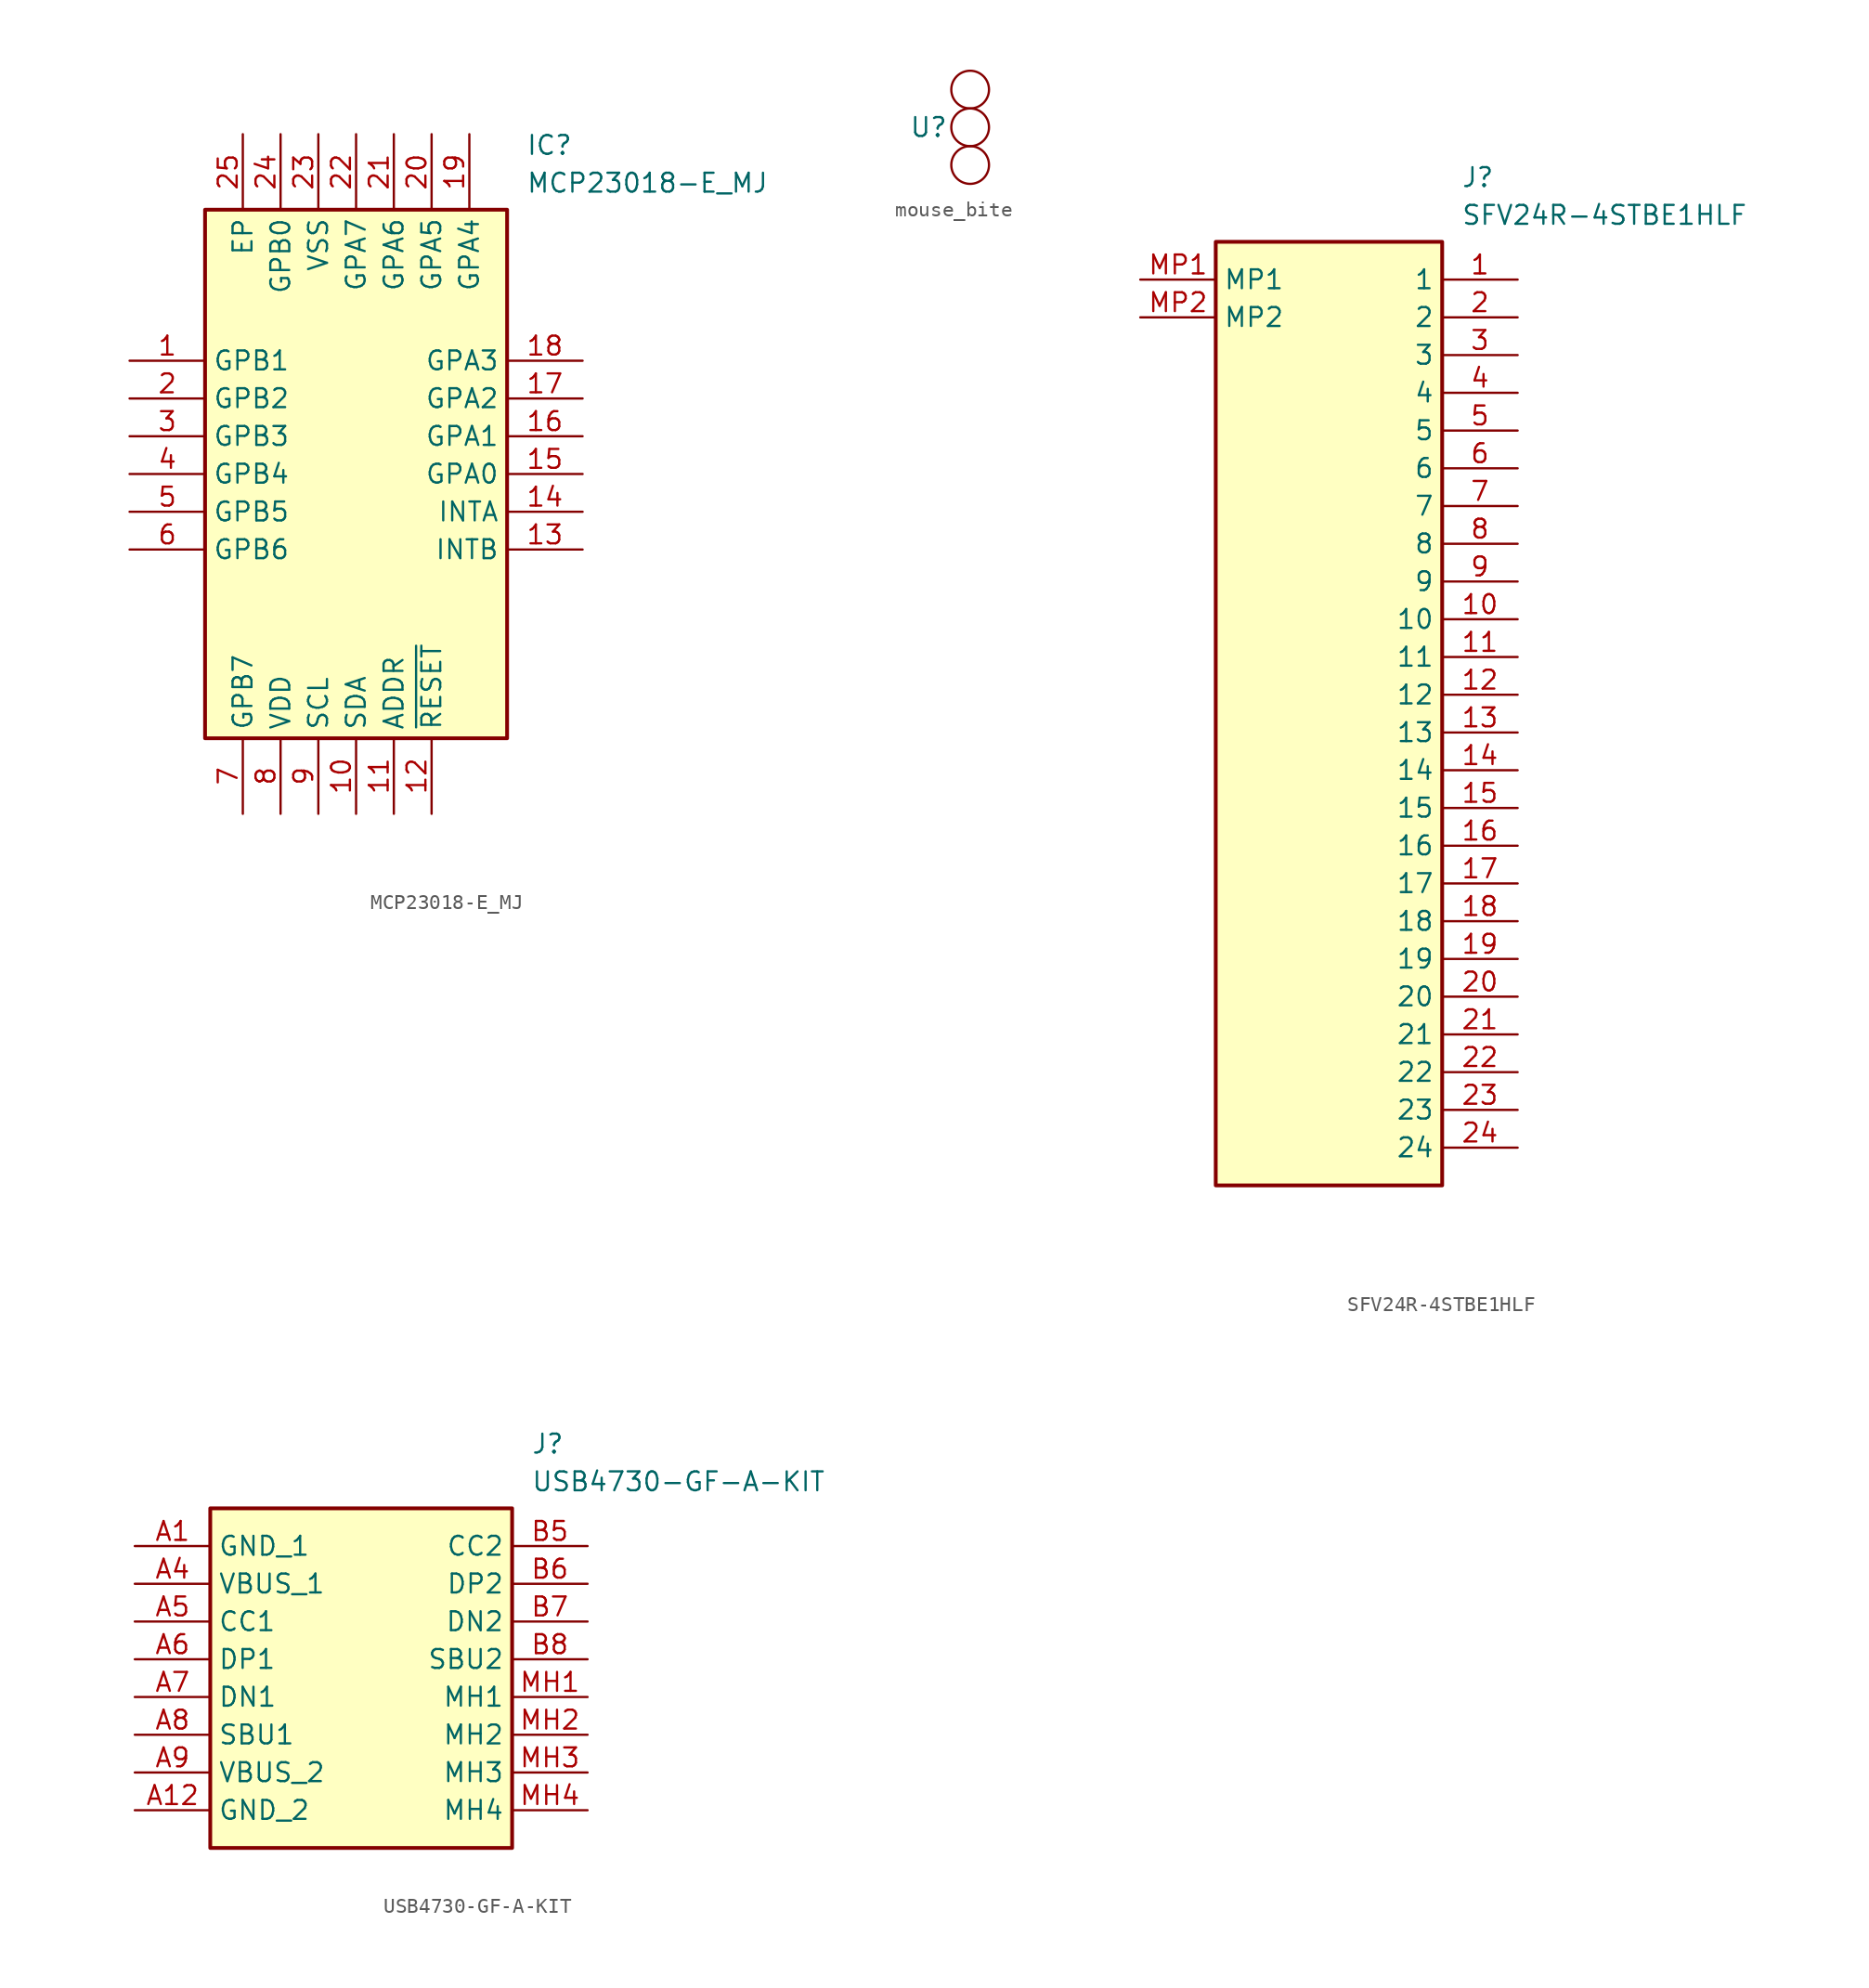
<source format=kicad_sym>
(kicad_symbol_lib
  (version 20231120)
  (generator "kicad_symbol_editor")
  (generator_version "8.0")
  (symbol "MCP23018-E_MJ"
    (property "Reference" "IC"
      (at 26.67 15.24 0)
      (effects (font (size 1.27 1.27)) (justify left top)))
    (property "Value" "MCP23018-E_MJ"
      (at 26.67 12.7 0)
      (effects (font (size 1.27 1.27)) (justify left top)))
    (symbol "MCP23018-E_MJ_1_1"
      (rectangle (start 5.08 10.16) (end 25.4 -25.4) (stroke (width 0.254) (type default)) (fill (type background)))
      (pin passive line (at 0 0 0) (length 5.08) (name "GPB1" (effects (font (size 1.27 1.27)))) (number "1" (effects (font (size 1.27 1.27)))))
      (pin passive line (at 15.24 -30.48 90) (length 5.08) (name "SDA" (effects (font (size 1.27 1.27)))) (number "10" (effects (font (size 1.27 1.27)))))
      (pin passive line (at 17.78 -30.48 90) (length 5.08) (name "ADDR" (effects (font (size 1.27 1.27)))) (number "11" (effects (font (size 1.27 1.27)))))
      (pin passive line (at 20.32 -30.48 90) (length 5.08) (name "~{RESET}" (effects (font (size 1.27 1.27)))) (number "12" (effects (font (size 1.27 1.27)))))
      (pin passive line (at 30.48 -12.7 180) (length 5.08) (name "INTB" (effects (font (size 1.27 1.27)))) (number "13" (effects (font (size 1.27 1.27)))))
      (pin passive line (at 30.48 -10.16 180) (length 5.08) (name "INTA" (effects (font (size 1.27 1.27)))) (number "14" (effects (font (size 1.27 1.27)))))
      (pin passive line (at 30.48 -7.62 180) (length 5.08) (name "GPA0" (effects (font (size 1.27 1.27)))) (number "15" (effects (font (size 1.27 1.27)))))
      (pin passive line (at 30.48 -5.08 180) (length 5.08) (name "GPA1" (effects (font (size 1.27 1.27)))) (number "16" (effects (font (size 1.27 1.27)))))
      (pin passive line (at 30.48 -2.54 180) (length 5.08) (name "GPA2" (effects (font (size 1.27 1.27)))) (number "17" (effects (font (size 1.27 1.27)))))
      (pin passive line (at 30.48 0 180) (length 5.08) (name "GPA3" (effects (font (size 1.27 1.27)))) (number "18" (effects (font (size 1.27 1.27)))))
      (pin passive line (at 22.86 15.24 270) (length 5.08) (name "GPA4" (effects (font (size 1.27 1.27)))) (number "19" (effects (font (size 1.27 1.27)))))
      (pin passive line (at 0 -2.54 0) (length 5.08) (name "GPB2" (effects (font (size 1.27 1.27)))) (number "2" (effects (font (size 1.27 1.27)))))
      (pin passive line (at 20.32 15.24 270) (length 5.08) (name "GPA5" (effects (font (size 1.27 1.27)))) (number "20" (effects (font (size 1.27 1.27)))))
      (pin passive line (at 17.78 15.24 270) (length 5.08) (name "GPA6" (effects (font (size 1.27 1.27)))) (number "21" (effects (font (size 1.27 1.27)))))
      (pin passive line (at 15.24 15.24 270) (length 5.08) (name "GPA7" (effects (font (size 1.27 1.27)))) (number "22" (effects (font (size 1.27 1.27)))))
      (pin passive line (at 12.7 15.24 270) (length 5.08) (name "VSS" (effects (font (size 1.27 1.27)))) (number "23" (effects (font (size 1.27 1.27)))))
      (pin passive line (at 10.16 15.24 270) (length 5.08) (name "GPB0" (effects (font (size 1.27 1.27)))) (number "24" (effects (font (size 1.27 1.27)))))
      (pin passive line (at 7.62 15.24 270) (length 5.08) (name "EP" (effects (font (size 1.27 1.27)))) (number "25" (effects (font (size 1.27 1.27)))))
      (pin passive line (at 0 -5.08 0) (length 5.08) (name "GPB3" (effects (font (size 1.27 1.27)))) (number "3" (effects (font (size 1.27 1.27)))))
      (pin passive line (at 0 -7.62 0) (length 5.08) (name "GPB4" (effects (font (size 1.27 1.27)))) (number "4" (effects (font (size 1.27 1.27)))))
      (pin passive line (at 0 -10.16 0) (length 5.08) (name "GPB5" (effects (font (size 1.27 1.27)))) (number "5" (effects (font (size 1.27 1.27)))))
      (pin passive line (at 0 -12.7 0) (length 5.08) (name "GPB6" (effects (font (size 1.27 1.27)))) (number "6" (effects (font (size 1.27 1.27)))))
      (pin passive line (at 7.62 -30.48 90) (length 5.08) (name "GPB7" (effects (font (size 1.27 1.27)))) (number "7" (effects (font (size 1.27 1.27)))))
      (pin passive line (at 10.16 -30.48 90) (length 5.08) (name "VDD" (effects (font (size 1.27 1.27)))) (number "8" (effects (font (size 1.27 1.27)))))
      (pin passive line (at 12.7 -30.48 90) (length 5.08) (name "SCL" (effects (font (size 1.27 1.27)))) (number "9" (effects (font (size 1.27 1.27)))))))
  (symbol "mouse_bite"
    (property "Reference" "U"
      (at -2.794 0 0)
      (effects (font (size 1.27 1.27))))
    (property "Value" ""
      (at 0 0 0)
      (effects (font (size 1.27 1.27))))
    (symbol "mouse_bite_0_1"
      (circle (center 0 -2.54) (radius 1.27) (stroke (width 0) (type default)) (fill (type none)))
      (circle (center 0 0) (radius 1.27) (stroke (width 0) (type default)) (fill (type none)))
      (circle (center 0 2.54) (radius 1.27) (stroke (width 0) (type default)) (fill (type none)))))
  (symbol "SFV24R-4STBE1HLF"
    (property "Reference" "J"
      (at 21.59 7.62 0)
      (effects (font (size 1.27 1.27)) (justify left top)))
    (property "Value" "SFV24R-4STBE1HLF"
      (at 21.59 5.08 0)
      (effects (font (size 1.27 1.27)) (justify left top)))
    (symbol "SFV24R-4STBE1HLF_1_1"
      (rectangle (start 5.08 2.54) (end 20.32 -60.96) (stroke (width 0.254) (type default)) (fill (type background)))
      (pin passive line (at 25.4 0 180) (length 5.08) (name "1" (effects (font (size 1.27 1.27)))) (number "1" (effects (font (size 1.27 1.27)))))
      (pin passive line (at 25.4 -22.86 180) (length 5.08) (name "10" (effects (font (size 1.27 1.27)))) (number "10" (effects (font (size 1.27 1.27)))))
      (pin passive line (at 25.4 -25.4 180) (length 5.08) (name "11" (effects (font (size 1.27 1.27)))) (number "11" (effects (font (size 1.27 1.27)))))
      (pin passive line (at 25.4 -27.94 180) (length 5.08) (name "12" (effects (font (size 1.27 1.27)))) (number "12" (effects (font (size 1.27 1.27)))))
      (pin passive line (at 25.4 -30.48 180) (length 5.08) (name "13" (effects (font (size 1.27 1.27)))) (number "13" (effects (font (size 1.27 1.27)))))
      (pin passive line (at 25.4 -33.02 180) (length 5.08) (name "14" (effects (font (size 1.27 1.27)))) (number "14" (effects (font (size 1.27 1.27)))))
      (pin passive line (at 25.4 -35.56 180) (length 5.08) (name "15" (effects (font (size 1.27 1.27)))) (number "15" (effects (font (size 1.27 1.27)))))
      (pin passive line (at 25.4 -38.1 180) (length 5.08) (name "16" (effects (font (size 1.27 1.27)))) (number "16" (effects (font (size 1.27 1.27)))))
      (pin passive line (at 25.4 -40.64 180) (length 5.08) (name "17" (effects (font (size 1.27 1.27)))) (number "17" (effects (font (size 1.27 1.27)))))
      (pin passive line (at 25.4 -43.18 180) (length 5.08) (name "18" (effects (font (size 1.27 1.27)))) (number "18" (effects (font (size 1.27 1.27)))))
      (pin passive line (at 25.4 -45.72 180) (length 5.08) (name "19" (effects (font (size 1.27 1.27)))) (number "19" (effects (font (size 1.27 1.27)))))
      (pin passive line (at 25.4 -2.54 180) (length 5.08) (name "2" (effects (font (size 1.27 1.27)))) (number "2" (effects (font (size 1.27 1.27)))))
      (pin passive line (at 25.4 -48.26 180) (length 5.08) (name "20" (effects (font (size 1.27 1.27)))) (number "20" (effects (font (size 1.27 1.27)))))
      (pin passive line (at 25.4 -50.8 180) (length 5.08) (name "21" (effects (font (size 1.27 1.27)))) (number "21" (effects (font (size 1.27 1.27)))))
      (pin passive line (at 25.4 -53.34 180) (length 5.08) (name "22" (effects (font (size 1.27 1.27)))) (number "22" (effects (font (size 1.27 1.27)))))
      (pin passive line (at 25.4 -55.88 180) (length 5.08) (name "23" (effects (font (size 1.27 1.27)))) (number "23" (effects (font (size 1.27 1.27)))))
      (pin passive line (at 25.4 -58.42 180) (length 5.08) (name "24" (effects (font (size 1.27 1.27)))) (number "24" (effects (font (size 1.27 1.27)))))
      (pin passive line (at 25.4 -5.08 180) (length 5.08) (name "3" (effects (font (size 1.27 1.27)))) (number "3" (effects (font (size 1.27 1.27)))))
      (pin passive line (at 25.4 -7.62 180) (length 5.08) (name "4" (effects (font (size 1.27 1.27)))) (number "4" (effects (font (size 1.27 1.27)))))
      (pin passive line (at 25.4 -10.16 180) (length 5.08) (name "5" (effects (font (size 1.27 1.27)))) (number "5" (effects (font (size 1.27 1.27)))))
      (pin passive line (at 25.4 -12.7 180) (length 5.08) (name "6" (effects (font (size 1.27 1.27)))) (number "6" (effects (font (size 1.27 1.27)))))
      (pin passive line (at 25.4 -15.24 180) (length 5.08) (name "7" (effects (font (size 1.27 1.27)))) (number "7" (effects (font (size 1.27 1.27)))))
      (pin passive line (at 25.4 -17.78 180) (length 5.08) (name "8" (effects (font (size 1.27 1.27)))) (number "8" (effects (font (size 1.27 1.27)))))
      (pin passive line (at 25.4 -20.32 180) (length 5.08) (name "9" (effects (font (size 1.27 1.27)))) (number "9" (effects (font (size 1.27 1.27)))))
      (pin passive line (at 0 0 0) (length 5.08) (name "MP1" (effects (font (size 1.27 1.27)))) (number "MP1" (effects (font (size 1.27 1.27)))))
      (pin passive line (at 0 -2.54 0) (length 5.08) (name "MP2" (effects (font (size 1.27 1.27)))) (number "MP2" (effects (font (size 1.27 1.27)))))))
  (symbol "USB4730-GF-A-KIT"
    (property "Reference" "J"
      (at 26.67 7.62 0)
      (effects (font (size 1.27 1.27)) (justify left top)))
    (property "Value" "USB4730-GF-A-KIT"
      (at 26.67 5.08 0)
      (effects (font (size 1.27 1.27)) (justify left top)))
    (symbol "USB4730-GF-A-KIT_1_1"
      (rectangle (start 5.08 2.54) (end 25.4 -20.32) (stroke (width 0.254) (type default)) (fill (type background)))
      (pin passive line (at 0 0 0) (length 5.08) (name "GND_1" (effects (font (size 1.27 1.27)))) (number "A1" (effects (font (size 1.27 1.27)))))
      (pin passive line (at 0 -17.78 0) (length 5.08) (name "GND_2" (effects (font (size 1.27 1.27)))) (number "A12" (effects (font (size 1.27 1.27)))))
      (pin passive line (at 0 -2.54 0) (length 5.08) (name "VBUS_1" (effects (font (size 1.27 1.27)))) (number "A4" (effects (font (size 1.27 1.27)))))
      (pin passive line (at 0 -5.08 0) (length 5.08) (name "CC1" (effects (font (size 1.27 1.27)))) (number "A5" (effects (font (size 1.27 1.27)))))
      (pin passive line (at 0 -7.62 0) (length 5.08) (name "DP1" (effects (font (size 1.27 1.27)))) (number "A6" (effects (font (size 1.27 1.27)))))
      (pin passive line (at 0 -10.16 0) (length 5.08) (name "DN1" (effects (font (size 1.27 1.27)))) (number "A7" (effects (font (size 1.27 1.27)))))
      (pin passive line (at 0 -12.7 0) (length 5.08) (name "SBU1" (effects (font (size 1.27 1.27)))) (number "A8" (effects (font (size 1.27 1.27)))))
      (pin passive line (at 0 -15.24 0) (length 5.08) (name "VBUS_2" (effects (font (size 1.27 1.27)))) (number "A9" (effects (font (size 1.27 1.27)))))
      (pin passive line (at 30.48 0 180) (length 5.08) (name "CC2" (effects (font (size 1.27 1.27)))) (number "B5" (effects (font (size 1.27 1.27)))))
      (pin passive line (at 30.48 -2.54 180) (length 5.08) (name "DP2" (effects (font (size 1.27 1.27)))) (number "B6" (effects (font (size 1.27 1.27)))))
      (pin passive line (at 30.48 -5.08 180) (length 5.08) (name "DN2" (effects (font (size 1.27 1.27)))) (number "B7" (effects (font (size 1.27 1.27)))))
      (pin passive line (at 30.48 -7.62 180) (length 5.08) (name "SBU2" (effects (font (size 1.27 1.27)))) (number "B8" (effects (font (size 1.27 1.27)))))
      (pin passive line (at 30.48 -10.16 180) (length 5.08) (name "MH1" (effects (font (size 1.27 1.27)))) (number "MH1" (effects (font (size 1.27 1.27)))))
      (pin passive line (at 30.48 -12.7 180) (length 5.08) (name "MH2" (effects (font (size 1.27 1.27)))) (number "MH2" (effects (font (size 1.27 1.27)))))
      (pin passive line (at 30.48 -15.24 180) (length 5.08) (name "MH3" (effects (font (size 1.27 1.27)))) (number "MH3" (effects (font (size 1.27 1.27)))))
      (pin passive line (at 30.48 -17.78 180) (length 5.08) (name "MH4" (effects (font (size 1.27 1.27)))) (number "MH4" (effects (font (size 1.27 1.27))))))))
</source>
